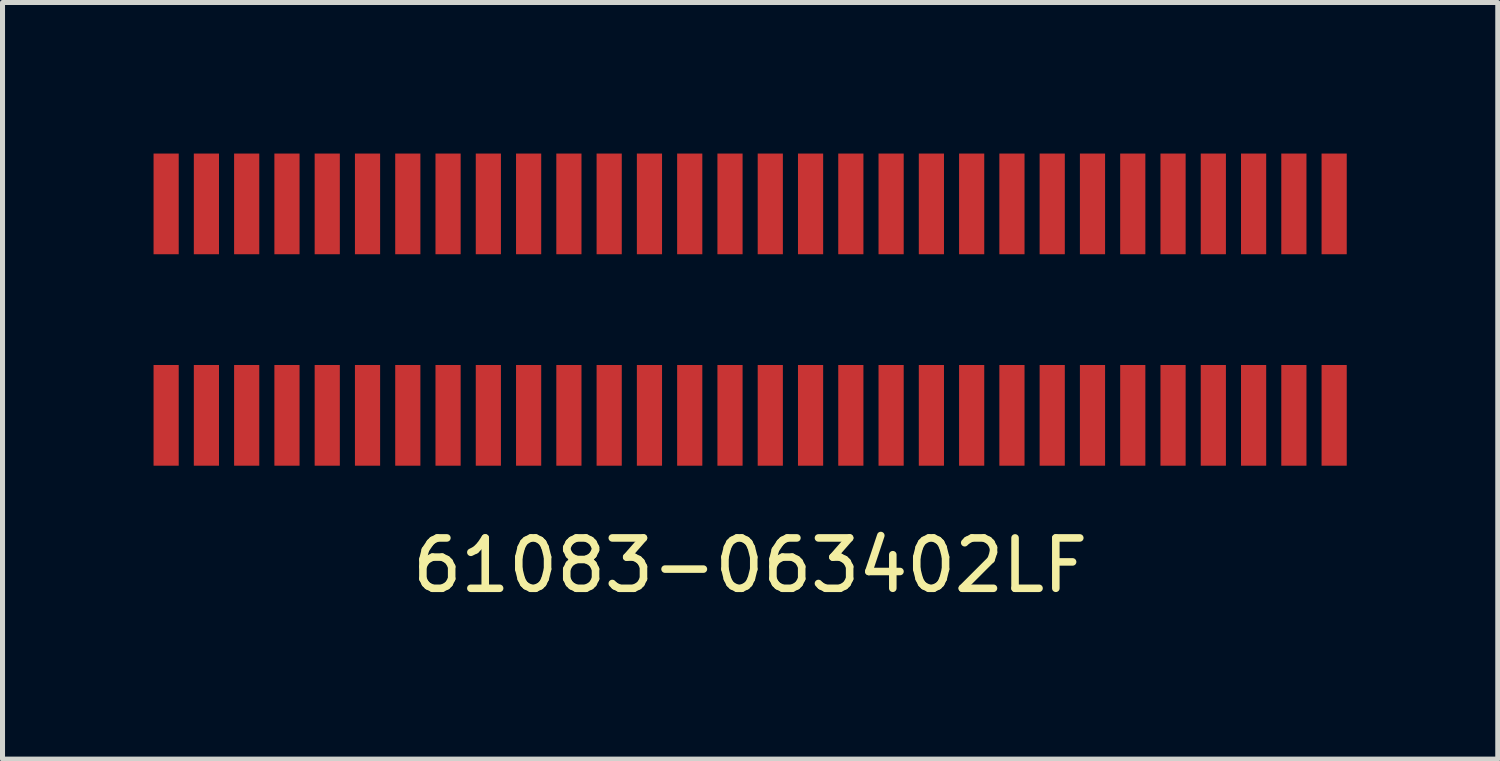
<source format=kicad_pcb>
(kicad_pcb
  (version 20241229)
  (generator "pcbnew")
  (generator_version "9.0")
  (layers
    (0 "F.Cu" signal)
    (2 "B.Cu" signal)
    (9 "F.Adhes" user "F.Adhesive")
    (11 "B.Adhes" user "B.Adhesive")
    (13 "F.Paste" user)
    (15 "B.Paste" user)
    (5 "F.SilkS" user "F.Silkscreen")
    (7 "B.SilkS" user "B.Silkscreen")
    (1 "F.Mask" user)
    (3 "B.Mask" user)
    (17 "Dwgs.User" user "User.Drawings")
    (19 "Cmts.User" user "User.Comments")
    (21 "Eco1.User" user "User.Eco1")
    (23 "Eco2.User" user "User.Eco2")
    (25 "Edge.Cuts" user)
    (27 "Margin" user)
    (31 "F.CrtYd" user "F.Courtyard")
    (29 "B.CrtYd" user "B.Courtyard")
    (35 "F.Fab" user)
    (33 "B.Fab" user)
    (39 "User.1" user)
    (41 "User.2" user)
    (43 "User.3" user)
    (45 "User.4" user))
  (footprint "61083-063402LF"
    (layer "F.Cu")
    (at 11.85 3.1)
    (property "Reference" "61083-063402LF" (at 0 5.08 0) (layer "F.SilkS") (effects (font (size 1 1) (thickness 0.15))))
    (attr through_hole)
    (pad "1" smd rect (at -11.6 -2.1) (size 0.5 2) (layers "F.Cu" "F.Mask" "F.Paste"))
    (pad "2" smd rect (at -11.6 2.1) (size 0.5 2) (layers "F.Cu" "F.Mask" "F.Paste"))
    (pad "3" smd rect (at -10.8 -2.1) (size 0.5 2) (layers "F.Cu" "F.Mask" "F.Paste"))
    (pad "4" smd rect (at -10.8 2.1) (size 0.5 2) (layers "F.Cu" "F.Mask" "F.Paste"))
    (pad "5" smd rect (at -10 -2.1) (size 0.5 2) (layers "F.Cu" "F.Mask" "F.Paste"))
    (pad "6" smd rect (at -10 2.1) (size 0.5 2) (layers "F.Cu" "F.Mask" "F.Paste"))
    (pad "7" smd rect (at -9.2 -2.1) (size 0.5 2) (layers "F.Cu" "F.Mask" "F.Paste"))
    (pad "8" smd rect (at -9.2 2.1) (size 0.5 2) (layers "F.Cu" "F.Mask" "F.Paste"))
    (pad "9" smd rect (at -8.4 -2.1) (size 0.5 2) (layers "F.Cu" "F.Mask" "F.Paste"))
    (pad "10" smd rect (at -8.4 2.1) (size 0.5 2) (layers "F.Cu" "F.Mask" "F.Paste"))
    (pad "11" smd rect (at -7.6 -2.1) (size 0.5 2) (layers "F.Cu" "F.Mask" "F.Paste"))
    (pad "12" smd rect (at -7.6 2.1) (size 0.5 2) (layers "F.Cu" "F.Mask" "F.Paste"))
    (pad "13" smd rect (at -6.8 -2.1) (size 0.5 2) (layers "F.Cu" "F.Mask" "F.Paste"))
    (pad "14" smd rect (at -6.8 2.1) (size 0.5 2) (layers "F.Cu" "F.Mask" "F.Paste"))
    (pad "15" smd rect (at -6 -2.1) (size 0.5 2) (layers "F.Cu" "F.Mask" "F.Paste"))
    (pad "16" smd rect (at -6 2.1) (size 0.5 2) (layers "F.Cu" "F.Mask" "F.Paste"))
    (pad "17" smd rect (at -5.2 -2.1) (size 0.5 2) (layers "F.Cu" "F.Mask" "F.Paste"))
    (pad "18" smd rect (at -5.2 2.1) (size 0.5 2) (layers "F.Cu" "F.Mask" "F.Paste"))
    (pad "19" smd rect (at -4.4 -2.1) (size 0.5 2) (layers "F.Cu" "F.Mask" "F.Paste"))
    (pad "20" smd rect (at -4.4 2.1) (size 0.5 2) (layers "F.Cu" "F.Mask" "F.Paste"))
    (pad "21" smd rect (at -3.6 -2.1) (size 0.5 2) (layers "F.Cu" "F.Mask" "F.Paste"))
    (pad "22" smd rect (at -3.6 2.1) (size 0.5 2) (layers "F.Cu" "F.Mask" "F.Paste"))
    (pad "23" smd rect (at -2.8 -2.1) (size 0.5 2) (layers "F.Cu" "F.Mask" "F.Paste"))
    (pad "24" smd rect (at -2.8 2.1) (size 0.5 2) (layers "F.Cu" "F.Mask" "F.Paste"))
    (pad "25" smd rect (at -2 -2.1) (size 0.5 2) (layers "F.Cu" "F.Mask" "F.Paste"))
    (pad "26" smd rect (at -2 2.1) (size 0.5 2) (layers "F.Cu" "F.Mask" "F.Paste"))
    (pad "27" smd rect (at -1.2 -2.1) (size 0.5 2) (layers "F.Cu" "F.Mask" "F.Paste"))
    (pad "28" smd rect (at -1.2 2.1) (size 0.5 2) (layers "F.Cu" "F.Mask" "F.Paste"))
    (pad "29" smd rect (at -0.4 -2.1) (size 0.5 2) (layers "F.Cu" "F.Mask" "F.Paste"))
    (pad "30" smd rect (at -0.4 2.1) (size 0.5 2) (layers "F.Cu" "F.Mask" "F.Paste"))
    (pad "31" smd rect (at 0.4 -2.1) (size 0.5 2) (layers "F.Cu" "F.Mask" "F.Paste"))
    (pad "32" smd rect (at 0.4 2.1) (size 0.5 2) (layers "F.Cu" "F.Mask" "F.Paste"))
    (pad "33" smd rect (at 1.2 -2.1) (size 0.5 2) (layers "F.Cu" "F.Mask" "F.Paste"))
    (pad "34" smd rect (at 1.2 2.1) (size 0.5 2) (layers "F.Cu" "F.Mask" "F.Paste"))
    (pad "35" smd rect (at 2 -2.1) (size 0.5 2) (layers "F.Cu" "F.Mask" "F.Paste"))
    (pad "36" smd rect (at 2 2.1) (size 0.5 2) (layers "F.Cu" "F.Mask" "F.Paste"))
    (pad "37" smd rect (at 2.8 -2.1) (size 0.5 2) (layers "F.Cu" "F.Mask" "F.Paste"))
    (pad "38" smd rect (at 2.8 2.1) (size 0.5 2) (layers "F.Cu" "F.Mask" "F.Paste"))
    (pad "39" smd rect (at 3.6 -2.1) (size 0.5 2) (layers "F.Cu" "F.Mask" "F.Paste"))
    (pad "40" smd rect (at 3.6 2.1) (size 0.5 2) (layers "F.Cu" "F.Mask" "F.Paste"))
    (pad "41" smd rect (at 4.4 -2.1) (size 0.5 2) (layers "F.Cu" "F.Mask" "F.Paste"))
    (pad "42" smd rect (at 4.4 2.1) (size 0.5 2) (layers "F.Cu" "F.Mask" "F.Paste"))
    (pad "43" smd rect (at 5.2 -2.1) (size 0.5 2) (layers "F.Cu" "F.Mask" "F.Paste"))
    (pad "44" smd rect (at 5.2 2.1) (size 0.5 2) (layers "F.Cu" "F.Mask" "F.Paste"))
    (pad "45" smd rect (at 6 -2.1) (size 0.5 2) (layers "F.Cu" "F.Mask" "F.Paste"))
    (pad "46" smd rect (at 6 2.1) (size 0.5 2) (layers "F.Cu" "F.Mask" "F.Paste"))
    (pad "47" smd rect (at 6.8 -2.1) (size 0.5 2) (layers "F.Cu" "F.Mask" "F.Paste"))
    (pad "48" smd rect (at 6.8 2.1) (size 0.5 2) (layers "F.Cu" "F.Mask" "F.Paste"))
    (pad "49" smd rect (at 7.6 -2.1) (size 0.5 2) (layers "F.Cu" "F.Mask" "F.Paste"))
    (pad "50" smd rect (at 7.6 2.1) (size 0.5 2) (layers "F.Cu" "F.Mask" "F.Paste"))
    (pad "51" smd rect (at 8.4 -2.1) (size 0.5 2) (layers "F.Cu" "F.Mask" "F.Paste"))
    (pad "52" smd rect (at 8.4 2.1) (size 0.5 2) (layers "F.Cu" "F.Mask" "F.Paste"))
    (pad "53" smd rect (at 9.2 -2.1) (size 0.5 2) (layers "F.Cu" "F.Mask" "F.Paste"))
    (pad "54" smd rect (at 9.2 2.1) (size 0.5 2) (layers "F.Cu" "F.Mask" "F.Paste"))
    (pad "55" smd rect (at 10 -2.1) (size 0.5 2) (layers "F.Cu" "F.Mask" "F.Paste"))
    (pad "56" smd rect (at 10 2.1) (size 0.5 2) (layers "F.Cu" "F.Mask" "F.Paste"))
    (pad "57" smd rect (at 10.8 -2.1) (size 0.5 2) (layers "F.Cu" "F.Mask" "F.Paste"))
    (pad "58" smd rect (at 10.8 2.1) (size 0.5 2) (layers "F.Cu" "F.Mask" "F.Paste"))
    (pad "59" smd rect (at 11.6 -2.1) (size 0.5 2) (layers "F.Cu" "F.Mask" "F.Paste"))
    (pad "60" smd rect (at 11.6 2.1) (size 0.5 2) (layers "F.Cu" "F.Mask" "F.Paste")))
  (gr_rect
    (start -3 -3)
    (end 26.7 12.028)
    (stroke (width 0.1) (type default))
    (fill no)
    (layer "Edge.Cuts")))
</source>
